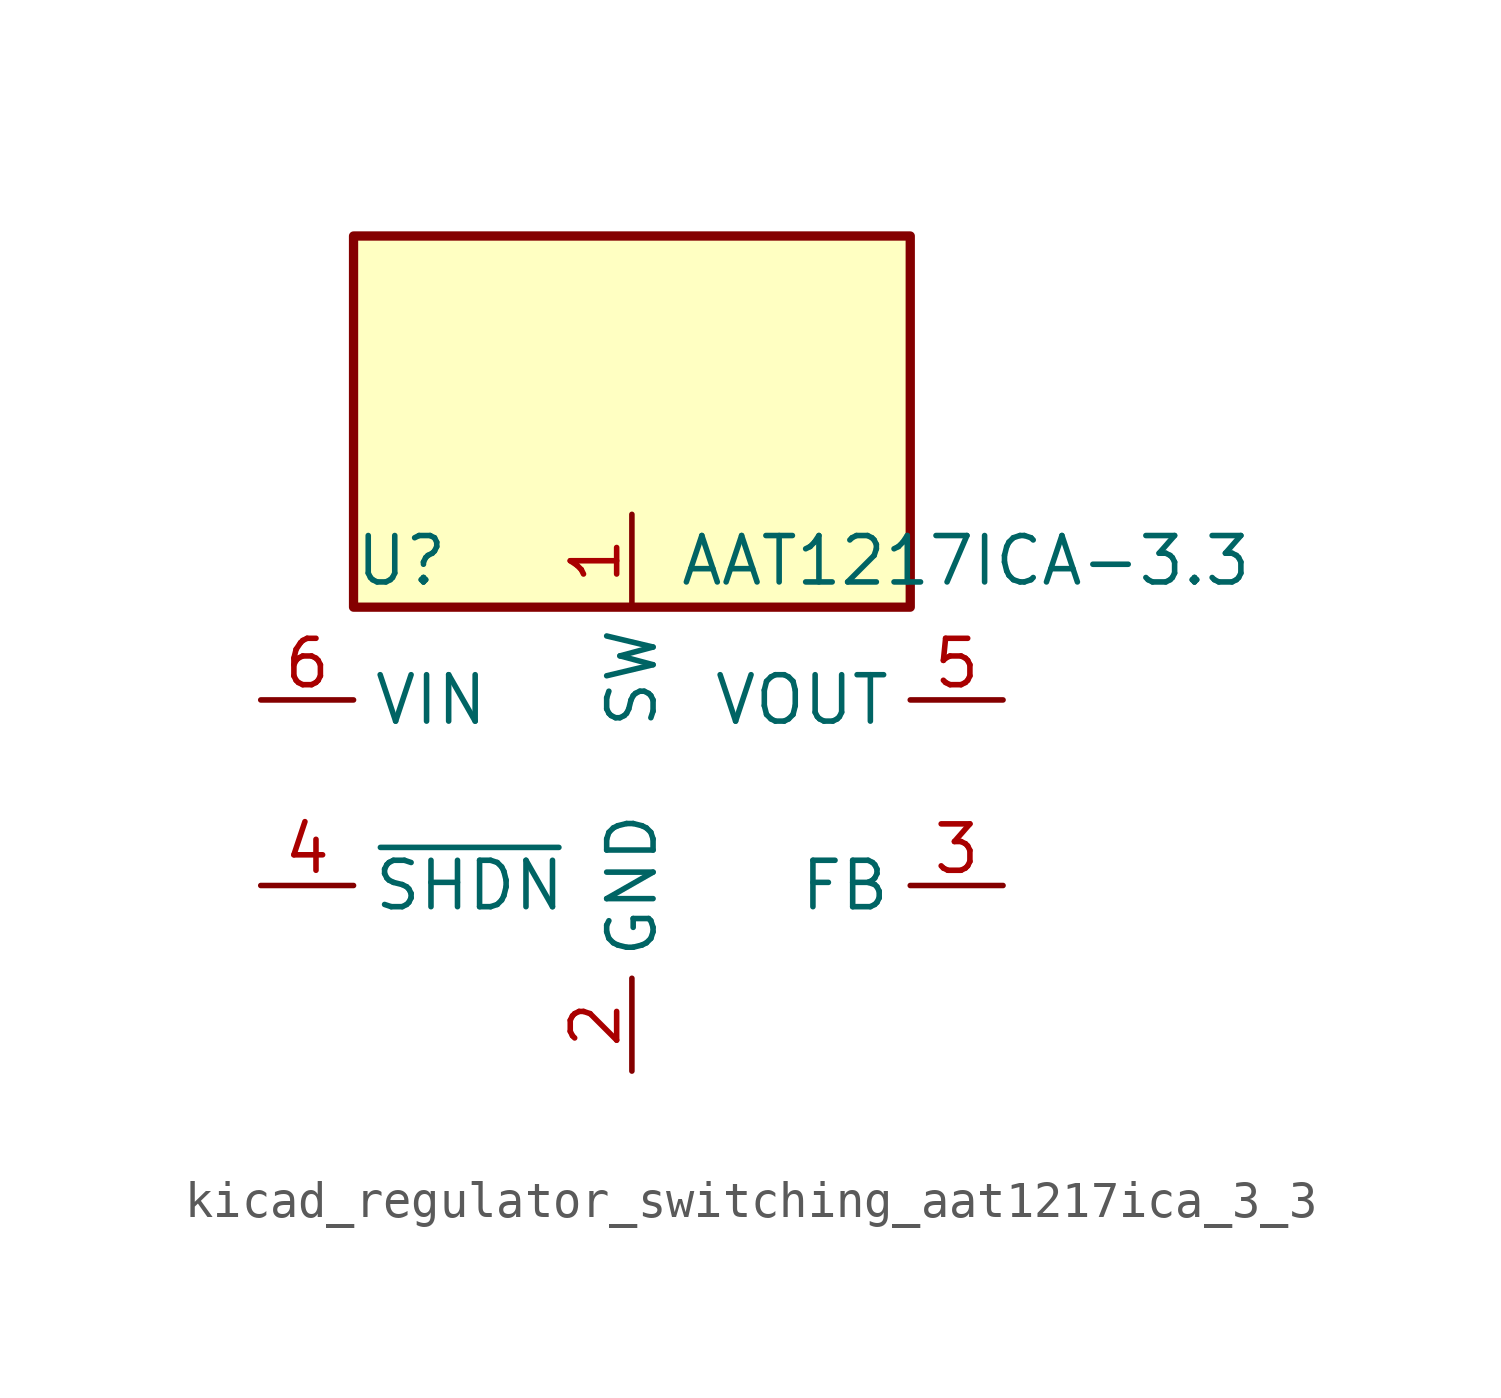
<source format=kicad_sym>
(kicad_symbol_lib
  (version 20220914)
  (generator kicad_symbol_editor)
  (symbol "kicad_regulator_switching_aat1217ica_3_3"
    (property "Reference" "U"
      (at -7.62 6.35 0)
      (effects (font (size 1.27 1.27)) (justify left)))
    (property "Value" "AAT1217ICA-3.3"
      (at 1.27 6.35 0)
      (effects (font (size 1.27 1.27)) (justify left)))
    (symbol "kicad_regulator_switching_aat1217ica_3_3_0_1"
      (rectangle (start 7.62 15.24) (end -7.62 5.08) (stroke (width 0.254) (type default)) (fill (type background))))
    (symbol "kicad_regulator_switching_aat1217ica_3_3_1_1"
      (pin passive line (at 0 7.62 270) (length 2.54) (name "SW" (effects (font (size 1.27 1.27)))) (number "1" (effects (font (size 1.27 1.27)))))
      (pin power_in line (at 0 -7.62 90) (length 2.54) (name "GND" (effects (font (size 1.27 1.27)))) (number "2" (effects (font (size 1.27 1.27)))))
      (pin passive line (at 10.16 -2.54 180) (length 2.54) (name "FB" (effects (font (size 1.27 1.27)))) (number "3" (effects (font (size 1.27 1.27)))))
      (pin input line (at -10.16 -2.54 0) (length 2.54) (name "~{SHDN}" (effects (font (size 1.27 1.27)))) (number "4" (effects (font (size 1.27 1.27)))))
      (pin power_out line (at 10.16 2.54 180) (length 2.54) (name "VOUT" (effects (font (size 1.27 1.27)))) (number "5" (effects (font (size 1.27 1.27)))))
      (pin power_in line (at -10.16 2.54 0) (length 2.54) (name "VIN" (effects (font (size 1.27 1.27)))) (number "6" (effects (font (size 1.27 1.27))))))))
</source>
